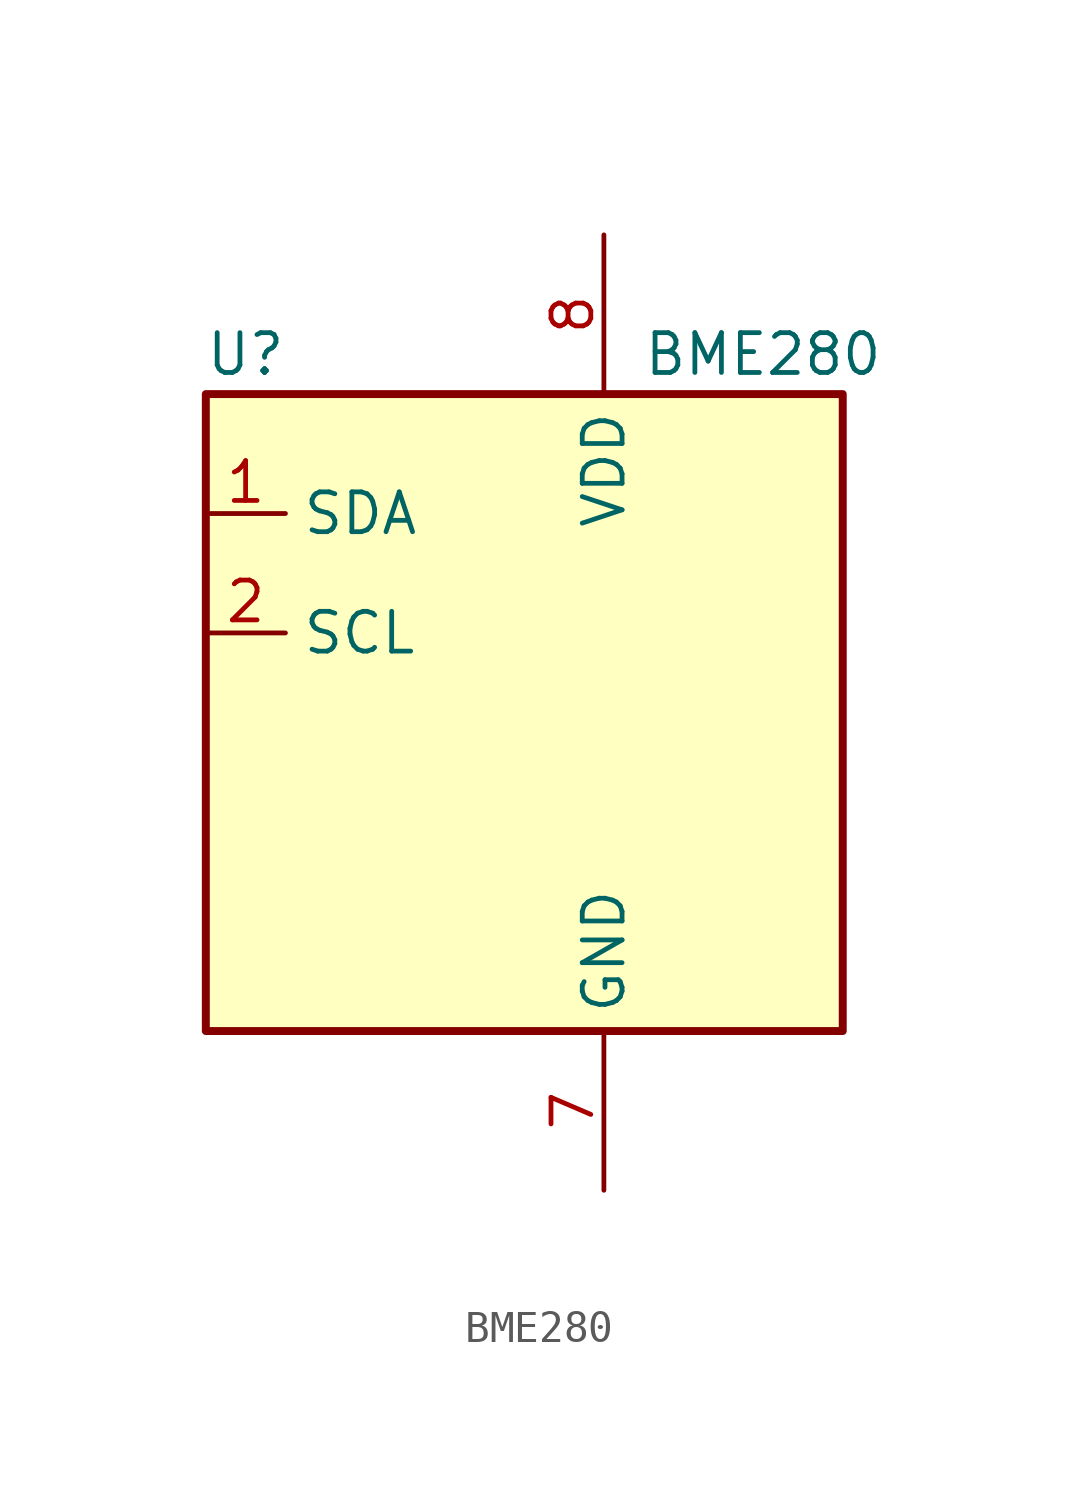
<source format=kicad_sym>
(kicad_symbol_lib
  (version 20211014)
  (generator kicad_symbol_editor)
  (symbol "BME280"
    (property "Reference" "U"
      (at -8.89 11.43 0)
      (effects (font (size 1.27 1.27))))
    (property "Value" "BME280"
      (at 7.62 11.43 0)
      (effects (font (size 1.27 1.27))))
    (symbol "BME280_0_1"
      (rectangle (start -10.16 10.16) (end 10.16 -10.16) (stroke (width 0.254) (type default) (color 0 0 0 0)) (fill (type background))))
    (symbol "BME280_1_1"
      (pin bidirectional line (at -10.16 6.35 0) (length 2.54) (name "SDA" (effects (font (size 1.27 1.27)))) (number "1" (effects (font (size 1.27 1.27)))))
      (pin bidirectional line (at -10.16 2.54 0) (length 2.54) (name "SCL" (effects (font (size 1.27 1.27)))) (number "2" (effects (font (size 1.27 1.27)))))
      (pin power_in line (at 2.54 -15.24 90) (length 5.08) (name "GND" (effects (font (size 1.27 1.27)))) (number "7" (effects (font (size 1.27 1.27)))))
      (pin power_in line (at 2.54 15.24 270) (length 5.08) (name "VDD" (effects (font (size 1.27 1.27)))) (number "8" (effects (font (size 1.27 1.27))))))))
</source>
